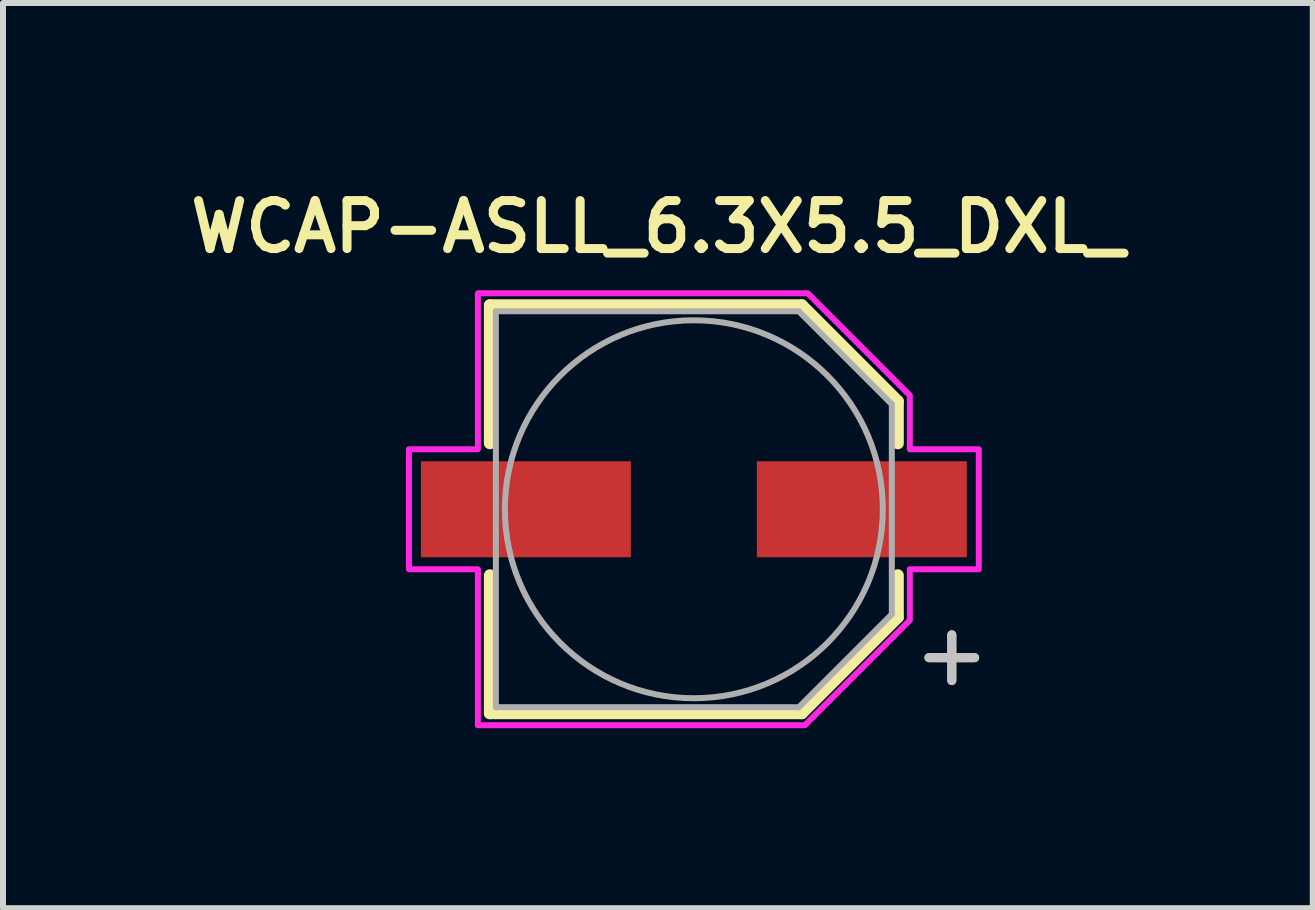
<source format=kicad_pcb>
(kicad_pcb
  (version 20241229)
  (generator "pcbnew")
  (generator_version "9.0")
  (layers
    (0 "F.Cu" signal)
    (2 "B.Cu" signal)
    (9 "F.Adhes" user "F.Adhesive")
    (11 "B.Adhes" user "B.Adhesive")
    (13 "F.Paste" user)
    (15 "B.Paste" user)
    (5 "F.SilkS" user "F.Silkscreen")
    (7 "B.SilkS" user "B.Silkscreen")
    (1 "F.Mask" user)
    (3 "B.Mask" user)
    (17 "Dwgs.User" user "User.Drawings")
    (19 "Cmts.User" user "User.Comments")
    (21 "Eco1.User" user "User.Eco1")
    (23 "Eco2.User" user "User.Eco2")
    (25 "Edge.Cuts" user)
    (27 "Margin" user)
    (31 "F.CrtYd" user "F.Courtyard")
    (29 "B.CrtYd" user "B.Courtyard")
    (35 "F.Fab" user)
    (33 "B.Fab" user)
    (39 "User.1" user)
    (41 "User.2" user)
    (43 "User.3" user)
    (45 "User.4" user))
  (footprint "WCAP-ASLL_6.3X5.5_DXL_"
    (layer "F.Cu")
    (at 8.516 5.439)
    (property "Reference" "WCAP-ASLL_6.3X5.5_DXL_" (at -0.6 -4.708 0) (layer "F.SilkS") (effects (font (size 0.8 0.8) (thickness 0.15))))
    (attr smd)
    (fp_line (start -3.4 -3.4) (end -3.4 -1.1) (stroke (width 0.2) (type solid)) (layer "F.SilkS"))
    (fp_line (start -3.4 -3.4) (end 1.8 -3.4) (stroke (width 0.2) (type solid)) (layer "F.SilkS"))
    (fp_line (start -3.4 3.4) (end -3.4 1.1) (stroke (width 0.2) (type solid)) (layer "F.SilkS"))
    (fp_line (start -3.4 3.4) (end 1.8 3.4) (stroke (width 0.2) (type solid)) (layer "F.SilkS"))
    (fp_line (start 1.8 -3.4) (end 3.4 -1.8) (stroke (width 0.2) (type solid)) (layer "F.SilkS"))
    (fp_line (start 1.8 3.4) (end 3.4 1.8) (stroke (width 0.2) (type solid)) (layer "F.SilkS"))
    (fp_line (start 3.4 -1.8) (end 3.4 -1.1) (stroke (width 0.2) (type solid)) (layer "F.SilkS"))
    (fp_line (start 3.4 1.8) (end 3.4 1.1) (stroke (width 0.2) (type solid)) (layer "F.SilkS"))
    (fp_poly (pts (xy 1.9 -3.6) (xy -3.6 -3.6) (xy -3.6 -1) (xy -4.75 -1) (xy -4.75 1) (xy -3.6 1) (xy -3.6 3.6) (xy 1.85 3.6) (xy 3.6 1.85) (xy 3.6 1) (xy 4.75 1) (xy 4.75 -1) (xy 3.6 -1) (xy 3.6 -1.9)) (stroke (width 0.1) (type solid)) (fill no) (layer "F.CrtYd"))
    (fp_line (start -3.3 -3.3) (end -3.3 3.3) (stroke (width 0.1) (type solid)) (layer "F.Fab"))
    (fp_line (start -3.3 3.3) (end 1.75 3.3) (stroke (width 0.1) (type solid)) (layer "F.Fab"))
    (fp_line (start 1.75 -3.3) (end -3.3 -3.3) (stroke (width 0.1) (type solid)) (layer "F.Fab"))
    (fp_line (start 1.75 3.3) (end 3.3 1.75) (stroke (width 0.1) (type solid)) (layer "F.Fab"))
    (fp_line (start 3.3 -1.75) (end 1.75 -3.3) (stroke (width 0.1) (type solid)) (layer "F.Fab"))
    (fp_line (start 3.3 1.75) (end 3.3 -1.75) (stroke (width 0.1) (type solid)) (layer "F.Fab"))
    (fp_circle (center 0 0) (end 3.15 0) (stroke (width 0.1) (type solid)) (fill no) (layer "F.Fab"))
    (fp_text user "+" (at 4.3 2.4 0) (layer "F.SilkS") (effects (font (size 1 1) (thickness 0.15))))
    (fp_text user "+" (at 4.3 2.4 0) (layer "Dwgs.User") (effects (font (size 1 1) (thickness 0.15))))
    (pad "1" smd rect (at 2.8 0) (size 3.5 1.6) (layers "F.Cu" "F.Mask" "F.Paste"))
    (pad "2" smd rect (at -2.8 0) (size 3.5 1.6) (layers "F.Cu" "F.Mask" "F.Paste")))
  (gr_rect
    (start -3 -3)
    (end 18.833 12.089)
    (stroke (width 0.1) (type default))
    (fill no)
    (layer "Edge.Cuts")))
</source>
